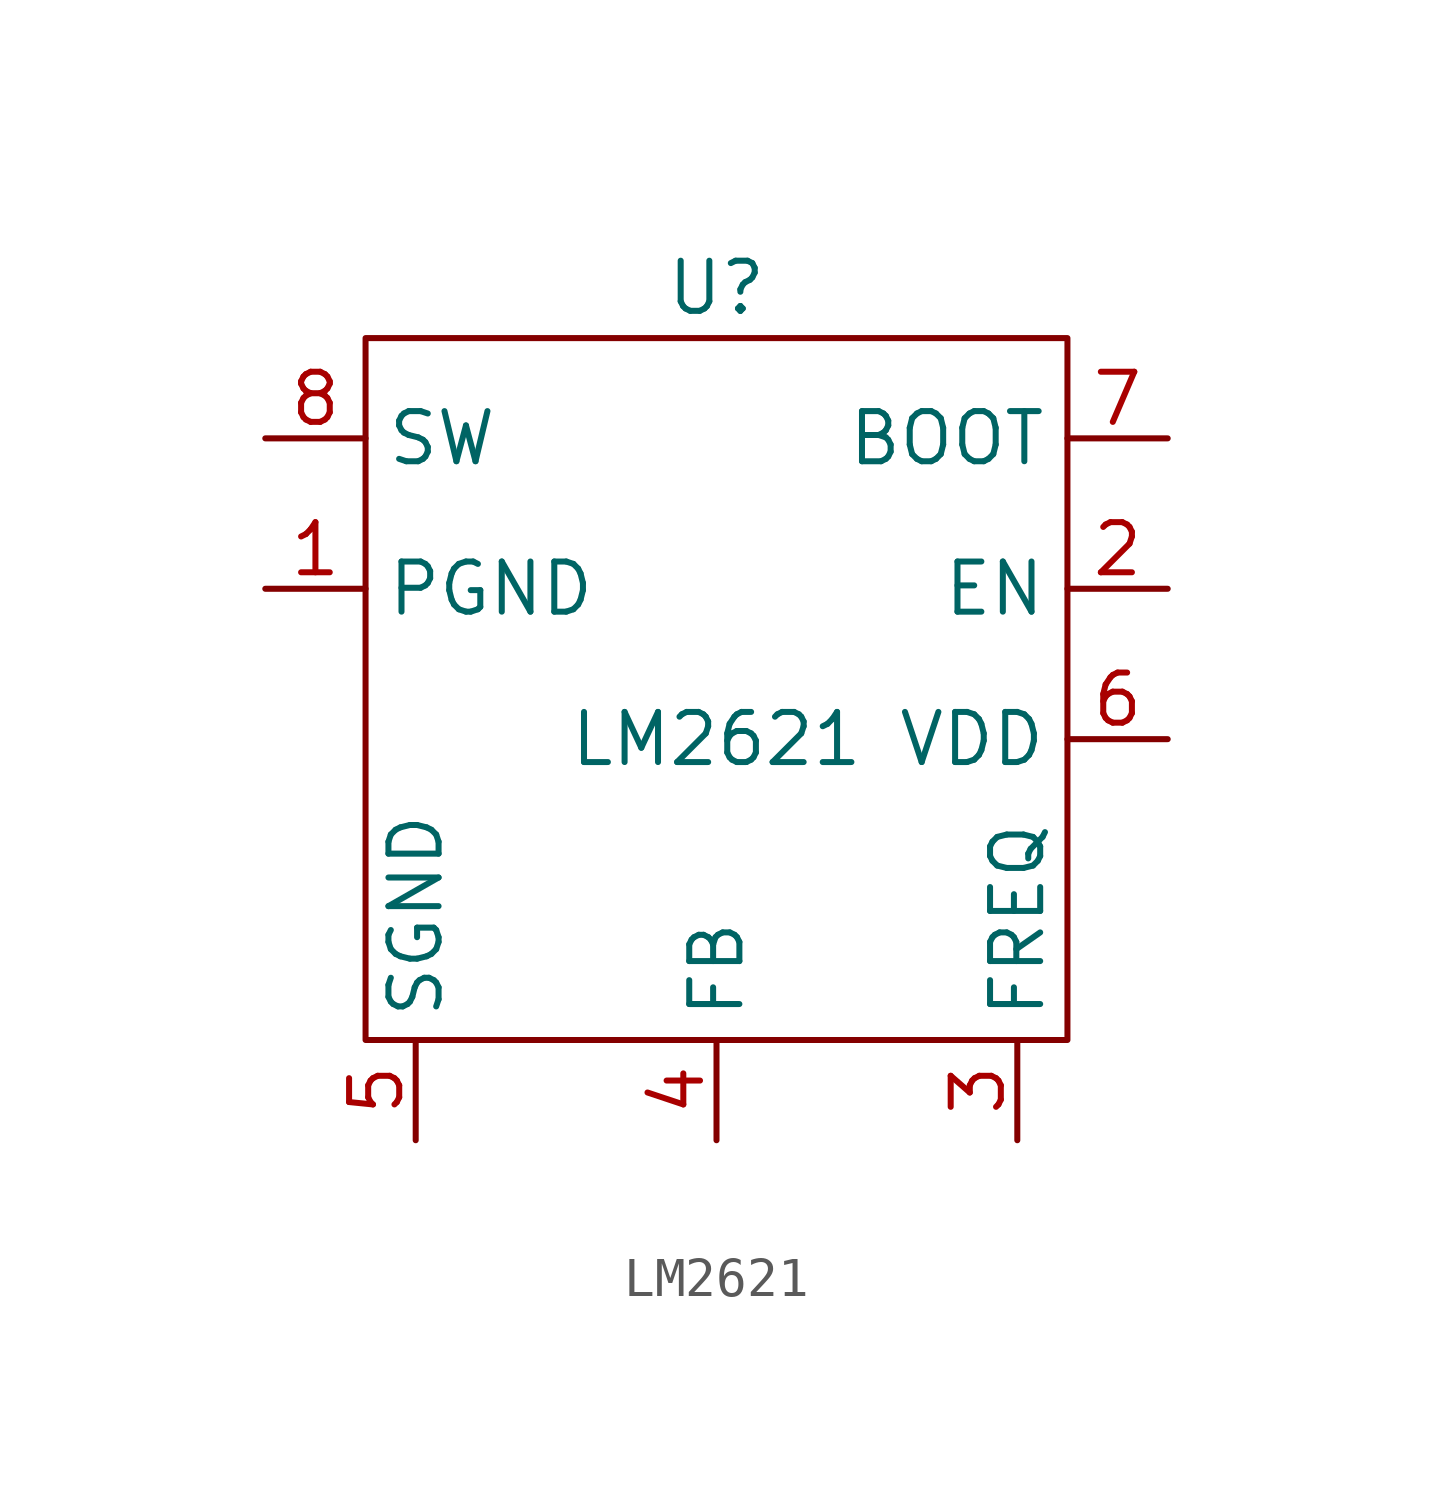
<source format=kicad_sym>
(kicad_symbol_lib
  (version 20211014)
  (generator kicad_symbol_editor)
  (symbol "LM2621"
    (property "Reference" "U"
      (at 0 10.16 0)
      (effects (font (size 1.27 1.27))))
    (property "Value" "LM2621"
      (at 0 -1.27 0)
      (effects (font (size 1.27 1.27))))
    (symbol "LM2621_0_1"
      (rectangle (start -8.89 8.89) (end 8.89 -8.89) (stroke (width 0) (type default) (color 0 0 0 0)) (fill (type none))))
    (symbol "LM2621_1_1"
      (pin input line (at -11.43 2.54 0) (length 2.54) (name "PGND" (effects (font (size 1.27 1.27)))) (number "1" (effects (font (size 1.27 1.27)))))
      (pin input line (at 11.43 2.54 180) (length 2.54) (name "EN" (effects (font (size 1.27 1.27)))) (number "2" (effects (font (size 1.27 1.27)))))
      (pin input line (at 7.62 -11.43 90) (length 2.54) (name "FREQ" (effects (font (size 1.27 1.27)))) (number "3" (effects (font (size 1.27 1.27)))))
      (pin input line (at 0 -11.43 90) (length 2.54) (name "FB" (effects (font (size 1.27 1.27)))) (number "4" (effects (font (size 1.27 1.27)))))
      (pin input line (at -7.62 -11.43 90) (length 2.54) (name "SGND" (effects (font (size 1.27 1.27)))) (number "5" (effects (font (size 1.27 1.27)))))
      (pin input line (at 11.43 -1.27 180) (length 2.54) (name "VDD" (effects (font (size 1.27 1.27)))) (number "6" (effects (font (size 1.27 1.27)))))
      (pin input line (at 11.43 6.35 180) (length 2.54) (name "BOOT" (effects (font (size 1.27 1.27)))) (number "7" (effects (font (size 1.27 1.27)))))
      (pin input line (at -11.43 6.35 0) (length 2.54) (name "SW" (effects (font (size 1.27 1.27)))) (number "8" (effects (font (size 1.27 1.27))))))))
</source>
